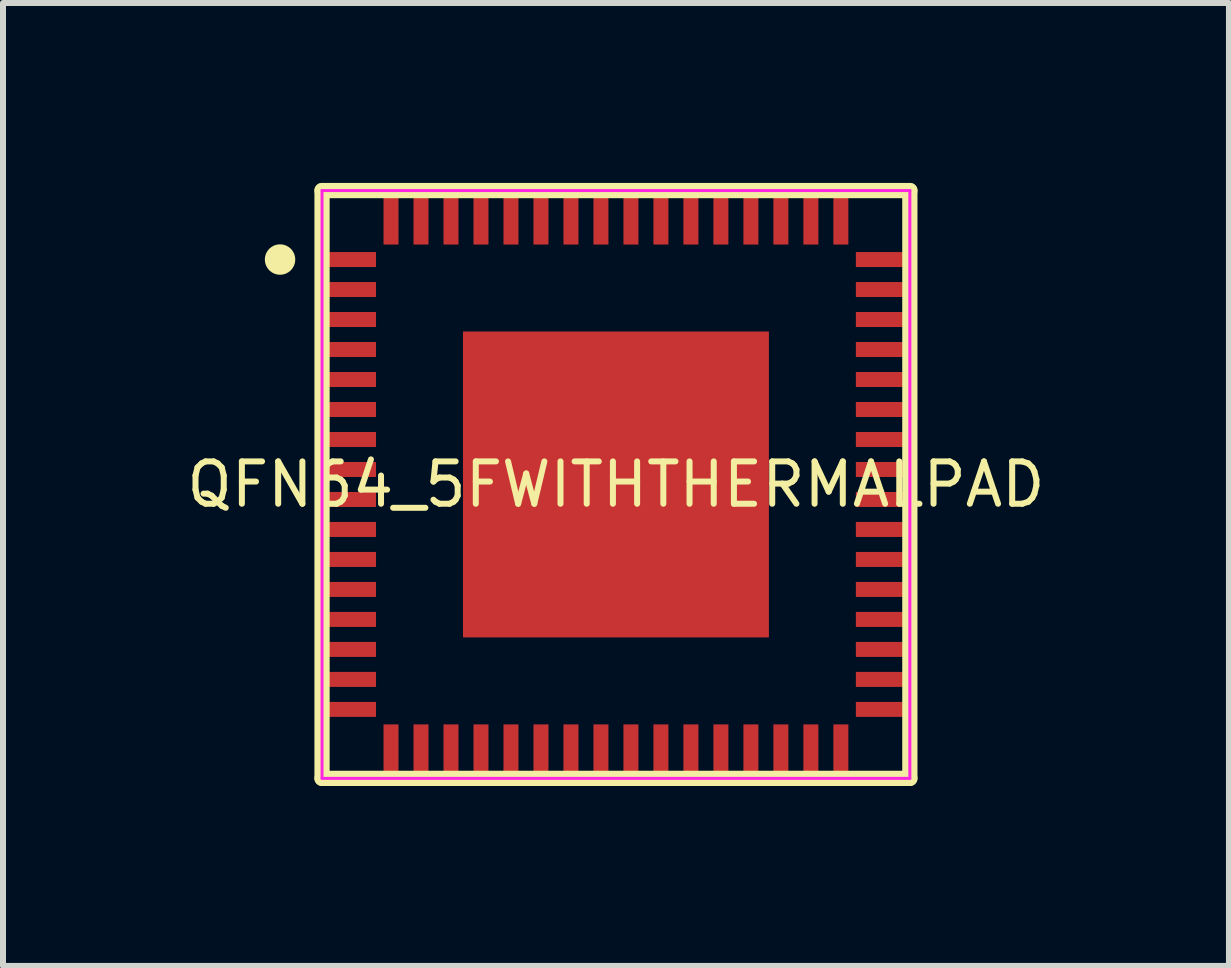
<source format=kicad_pcb>
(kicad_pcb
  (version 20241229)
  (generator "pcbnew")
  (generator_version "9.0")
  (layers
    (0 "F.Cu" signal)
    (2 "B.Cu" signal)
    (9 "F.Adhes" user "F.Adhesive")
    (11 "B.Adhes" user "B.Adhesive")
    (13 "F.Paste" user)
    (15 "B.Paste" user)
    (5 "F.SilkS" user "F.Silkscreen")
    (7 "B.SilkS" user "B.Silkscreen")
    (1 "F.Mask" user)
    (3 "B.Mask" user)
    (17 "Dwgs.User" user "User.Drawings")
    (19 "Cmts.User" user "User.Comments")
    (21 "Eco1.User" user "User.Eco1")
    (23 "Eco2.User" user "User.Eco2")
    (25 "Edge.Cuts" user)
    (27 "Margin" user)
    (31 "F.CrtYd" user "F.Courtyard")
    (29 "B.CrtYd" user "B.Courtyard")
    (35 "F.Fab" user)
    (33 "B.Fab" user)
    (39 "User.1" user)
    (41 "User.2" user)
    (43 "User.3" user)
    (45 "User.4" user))
  (footprint "QFN64_5FWITHTHERMALPAD"
    (layer "F.Cu")
    (at 7.219 5.027)
    (property "Reference" "QFN64_5FWITHTHERMALPAD" (at 0 0 0) (layer "F.SilkS") (effects (font (size 0.706 0.706) (thickness 0.1))))
    (attr through_hole)
    (fp_poly (pts (xy -4.9 -3.875) (xy -4.9 -3.625) (xy -4 -3.625) (xy -4 -3.875)) (stroke (width 0) (type solid)) (fill yes) (layer "F.Mask"))
    (fp_poly (pts (xy -4.9 -3.375) (xy -4.9 -3.125) (xy -4 -3.125) (xy -4 -3.375)) (stroke (width 0) (type solid)) (fill yes) (layer "F.Mask"))
    (fp_poly (pts (xy -4.9 -2.875) (xy -4.9 -2.625) (xy -4 -2.625) (xy -4 -2.875)) (stroke (width 0) (type solid)) (fill yes) (layer "F.Mask"))
    (fp_poly (pts (xy -4.9 -2.375) (xy -4.9 -2.125) (xy -4 -2.125) (xy -4 -2.375)) (stroke (width 0) (type solid)) (fill yes) (layer "F.Mask"))
    (fp_poly (pts (xy -4.9 -1.875) (xy -4.9 -1.625) (xy -4 -1.625) (xy -4 -1.875)) (stroke (width 0) (type solid)) (fill yes) (layer "F.Mask"))
    (fp_poly (pts (xy -4.9 -1.375) (xy -4.9 -1.125) (xy -4 -1.125) (xy -4 -1.375)) (stroke (width 0) (type solid)) (fill yes) (layer "F.Mask"))
    (fp_poly (pts (xy -4.9 -0.875) (xy -4.9 -0.625) (xy -4 -0.625) (xy -4 -0.875)) (stroke (width 0) (type solid)) (fill yes) (layer "F.Mask"))
    (fp_poly (pts (xy -4.9 -0.375) (xy -4.9 -0.125) (xy -4 -0.125) (xy -4 -0.375)) (stroke (width 0) (type solid)) (fill yes) (layer "F.Mask"))
    (fp_poly (pts (xy -4.9 0.125) (xy -4.9 0.375) (xy -4 0.375) (xy -4 0.125)) (stroke (width 0) (type solid)) (fill yes) (layer "F.Mask"))
    (fp_poly (pts (xy -4.9 0.625) (xy -4.9 0.875) (xy -4 0.875) (xy -4 0.625)) (stroke (width 0) (type solid)) (fill yes) (layer "F.Mask"))
    (fp_poly (pts (xy -4.9 1.125) (xy -4.9 1.375) (xy -4 1.375) (xy -4 1.125)) (stroke (width 0) (type solid)) (fill yes) (layer "F.Mask"))
    (fp_poly (pts (xy -4.9 1.625) (xy -4.9 1.875) (xy -4 1.875) (xy -4 1.625)) (stroke (width 0) (type solid)) (fill yes) (layer "F.Mask"))
    (fp_poly (pts (xy -4.9 2.125) (xy -4.9 2.375) (xy -4 2.375) (xy -4 2.125)) (stroke (width 0) (type solid)) (fill yes) (layer "F.Mask"))
    (fp_poly (pts (xy -4.9 2.625) (xy -4.9 2.875) (xy -4 2.875) (xy -4 2.625)) (stroke (width 0) (type solid)) (fill yes) (layer "F.Mask"))
    (fp_poly (pts (xy -4.9 3.125) (xy -4.9 3.375) (xy -4 3.375) (xy -4 3.125)) (stroke (width 0) (type solid)) (fill yes) (layer "F.Mask"))
    (fp_poly (pts (xy -4.9 3.625) (xy -4.9 3.875) (xy -4 3.875) (xy -4 3.625)) (stroke (width 0) (type solid)) (fill yes) (layer "F.Mask"))
    (fp_poly (pts (xy -3.875 4.9) (xy -3.625 4.9) (xy -3.625 4) (xy -3.875 4)) (stroke (width 0) (type solid)) (fill yes) (layer "F.Mask"))
    (fp_poly (pts (xy -3.625 -4.9) (xy -3.875 -4.9) (xy -3.875 -4) (xy -3.625 -4)) (stroke (width 0) (type solid)) (fill yes) (layer "F.Mask"))
    (fp_poly (pts (xy -3.375 4.9) (xy -3.125 4.9) (xy -3.125 4) (xy -3.375 4)) (stroke (width 0) (type solid)) (fill yes) (layer "F.Mask"))
    (fp_poly (pts (xy -3.125 -4.9) (xy -3.375 -4.9) (xy -3.375 -4) (xy -3.125 -4)) (stroke (width 0) (type solid)) (fill yes) (layer "F.Mask"))
    (fp_poly (pts (xy -2.875 4.9) (xy -2.625 4.9) (xy -2.625 4) (xy -2.875 4)) (stroke (width 0) (type solid)) (fill yes) (layer "F.Mask"))
    (fp_poly (pts (xy -2.625 -4.9) (xy -2.875 -4.9) (xy -2.875 -4) (xy -2.625 -4)) (stroke (width 0) (type solid)) (fill yes) (layer "F.Mask"))
    (fp_poly (pts (xy -2.55 2.55) (xy 2.55 2.55) (xy 2.55 -2.55) (xy -2.55 -2.55)) (stroke (width 0) (type solid)) (fill yes) (layer "F.Mask"))
    (fp_poly (pts (xy -2.375 4.9) (xy -2.125 4.9) (xy -2.125 4) (xy -2.375 4)) (stroke (width 0) (type solid)) (fill yes) (layer "F.Mask"))
    (fp_poly (pts (xy -2.125 -4.9) (xy -2.375 -4.9) (xy -2.375 -4) (xy -2.125 -4)) (stroke (width 0) (type solid)) (fill yes) (layer "F.Mask"))
    (fp_poly (pts (xy -1.875 4.9) (xy -1.625 4.9) (xy -1.625 4) (xy -1.875 4)) (stroke (width 0) (type solid)) (fill yes) (layer "F.Mask"))
    (fp_poly (pts (xy -1.625 -4.9) (xy -1.875 -4.9) (xy -1.875 -4) (xy -1.625 -4)) (stroke (width 0) (type solid)) (fill yes) (layer "F.Mask"))
    (fp_poly (pts (xy -1.375 4.9) (xy -1.125 4.9) (xy -1.125 4) (xy -1.375 4)) (stroke (width 0) (type solid)) (fill yes) (layer "F.Mask"))
    (fp_poly (pts (xy -1.125 -4.9) (xy -1.375 -4.9) (xy -1.375 -4) (xy -1.125 -4)) (stroke (width 0) (type solid)) (fill yes) (layer "F.Mask"))
    (fp_poly (pts (xy -0.875 4.9) (xy -0.625 4.9) (xy -0.625 4) (xy -0.875 4)) (stroke (width 0) (type solid)) (fill yes) (layer "F.Mask"))
    (fp_poly (pts (xy -0.625 -4.9) (xy -0.875 -4.9) (xy -0.875 -4) (xy -0.625 -4)) (stroke (width 0) (type solid)) (fill yes) (layer "F.Mask"))
    (fp_poly (pts (xy -0.375 4.9) (xy -0.125 4.9) (xy -0.125 4) (xy -0.375 4)) (stroke (width 0) (type solid)) (fill yes) (layer "F.Mask"))
    (fp_poly (pts (xy -0.125 -4.9) (xy -0.375 -4.9) (xy -0.375 -4) (xy -0.125 -4)) (stroke (width 0) (type solid)) (fill yes) (layer "F.Mask"))
    (fp_poly (pts (xy 0.125 4.9) (xy 0.375 4.9) (xy 0.375 4) (xy 0.125 4)) (stroke (width 0) (type solid)) (fill yes) (layer "F.Mask"))
    (fp_poly (pts (xy 0.375 -4.9) (xy 0.125 -4.9) (xy 0.125 -4) (xy 0.375 -4)) (stroke (width 0) (type solid)) (fill yes) (layer "F.Mask"))
    (fp_poly (pts (xy 0.625 4.9) (xy 0.875 4.9) (xy 0.875 4) (xy 0.625 4)) (stroke (width 0) (type solid)) (fill yes) (layer "F.Mask"))
    (fp_poly (pts (xy 0.875 -4.9) (xy 0.625 -4.9) (xy 0.625 -4) (xy 0.875 -4)) (stroke (width 0) (type solid)) (fill yes) (layer "F.Mask"))
    (fp_poly (pts (xy 1.125 4.9) (xy 1.375 4.9) (xy 1.375 4) (xy 1.125 4)) (stroke (width 0) (type solid)) (fill yes) (layer "F.Mask"))
    (fp_poly (pts (xy 1.375 -4.9) (xy 1.125 -4.9) (xy 1.125 -4) (xy 1.375 -4)) (stroke (width 0) (type solid)) (fill yes) (layer "F.Mask"))
    (fp_poly (pts (xy 1.625 4.9) (xy 1.875 4.9) (xy 1.875 4) (xy 1.625 4)) (stroke (width 0) (type solid)) (fill yes) (layer "F.Mask"))
    (fp_poly (pts (xy 1.875 -4.9) (xy 1.625 -4.9) (xy 1.625 -4) (xy 1.875 -4)) (stroke (width 0) (type solid)) (fill yes) (layer "F.Mask"))
    (fp_poly (pts (xy 2.125 4.9) (xy 2.375 4.9) (xy 2.375 4) (xy 2.125 4)) (stroke (width 0) (type solid)) (fill yes) (layer "F.Mask"))
    (fp_poly (pts (xy 2.375 -4.9) (xy 2.125 -4.9) (xy 2.125 -4) (xy 2.375 -4)) (stroke (width 0) (type solid)) (fill yes) (layer "F.Mask"))
    (fp_poly (pts (xy 2.625 4.9) (xy 2.875 4.9) (xy 2.875 4) (xy 2.625 4)) (stroke (width 0) (type solid)) (fill yes) (layer "F.Mask"))
    (fp_poly (pts (xy 2.875 -4.9) (xy 2.625 -4.9) (xy 2.625 -4) (xy 2.875 -4)) (stroke (width 0) (type solid)) (fill yes) (layer "F.Mask"))
    (fp_poly (pts (xy 3.125 4.9) (xy 3.375 4.9) (xy 3.375 4) (xy 3.125 4)) (stroke (width 0) (type solid)) (fill yes) (layer "F.Mask"))
    (fp_poly (pts (xy 3.375 -4.9) (xy 3.125 -4.9) (xy 3.125 -4) (xy 3.375 -4)) (stroke (width 0) (type solid)) (fill yes) (layer "F.Mask"))
    (fp_poly (pts (xy 3.625 4.9) (xy 3.875 4.9) (xy 3.875 4) (xy 3.625 4)) (stroke (width 0) (type solid)) (fill yes) (layer "F.Mask"))
    (fp_poly (pts (xy 3.875 -4.9) (xy 3.625 -4.9) (xy 3.625 -4) (xy 3.875 -4)) (stroke (width 0) (type solid)) (fill yes) (layer "F.Mask"))
    (fp_poly (pts (xy 4.9 -3.625) (xy 4.9 -3.875) (xy 4 -3.875) (xy 4 -3.625)) (stroke (width 0) (type solid)) (fill yes) (layer "F.Mask"))
    (fp_poly (pts (xy 4.9 -3.125) (xy 4.9 -3.375) (xy 4 -3.375) (xy 4 -3.125)) (stroke (width 0) (type solid)) (fill yes) (layer "F.Mask"))
    (fp_poly (pts (xy 4.9 -2.625) (xy 4.9 -2.875) (xy 4 -2.875) (xy 4 -2.625)) (stroke (width 0) (type solid)) (fill yes) (layer "F.Mask"))
    (fp_poly (pts (xy 4.9 -2.125) (xy 4.9 -2.375) (xy 4 -2.375) (xy 4 -2.125)) (stroke (width 0) (type solid)) (fill yes) (layer "F.Mask"))
    (fp_poly (pts (xy 4.9 -1.625) (xy 4.9 -1.875) (xy 4 -1.875) (xy 4 -1.625)) (stroke (width 0) (type solid)) (fill yes) (layer "F.Mask"))
    (fp_poly (pts (xy 4.9 -1.125) (xy 4.9 -1.375) (xy 4 -1.375) (xy 4 -1.125)) (stroke (width 0) (type solid)) (fill yes) (layer "F.Mask"))
    (fp_poly (pts (xy 4.9 -0.625) (xy 4.9 -0.875) (xy 4 -0.875) (xy 4 -0.625)) (stroke (width 0) (type solid)) (fill yes) (layer "F.Mask"))
    (fp_poly (pts (xy 4.9 -0.125) (xy 4.9 -0.375) (xy 4 -0.375) (xy 4 -0.125)) (stroke (width 0) (type solid)) (fill yes) (layer "F.Mask"))
    (fp_poly (pts (xy 4.9 0.375) (xy 4.9 0.125) (xy 4 0.125) (xy 4 0.375)) (stroke (width 0) (type solid)) (fill yes) (layer "F.Mask"))
    (fp_poly (pts (xy 4.9 0.875) (xy 4.9 0.625) (xy 4 0.625) (xy 4 0.875)) (stroke (width 0) (type solid)) (fill yes) (layer "F.Mask"))
    (fp_poly (pts (xy 4.9 1.375) (xy 4.9 1.125) (xy 4 1.125) (xy 4 1.375)) (stroke (width 0) (type solid)) (fill yes) (layer "F.Mask"))
    (fp_poly (pts (xy 4.9 1.875) (xy 4.9 1.625) (xy 4 1.625) (xy 4 1.875)) (stroke (width 0) (type solid)) (fill yes) (layer "F.Mask"))
    (fp_poly (pts (xy 4.9 2.375) (xy 4.9 2.125) (xy 4 2.125) (xy 4 2.375)) (stroke (width 0) (type solid)) (fill yes) (layer "F.Mask"))
    (fp_poly (pts (xy 4.9 2.875) (xy 4.9 2.625) (xy 4 2.625) (xy 4 2.875)) (stroke (width 0) (type solid)) (fill yes) (layer "F.Mask"))
    (fp_poly (pts (xy 4.9 3.375) (xy 4.9 3.125) (xy 4 3.125) (xy 4 3.375)) (stroke (width 0) (type solid)) (fill yes) (layer "F.Mask"))
    (fp_poly (pts (xy 4.9 3.875) (xy 4.9 3.625) (xy 4 3.625) (xy 4 3.875)) (stroke (width 0) (type solid)) (fill yes) (layer "F.Mask"))
    (fp_line (start -4.9 -4.9) (end -4.9 4.9) (stroke (width 0.254) (type solid)) (layer "F.SilkS"))
    (fp_line (start -4.9 4.9) (end 4.9 4.9) (stroke (width 0.254) (type solid)) (layer "F.SilkS"))
    (fp_line (start 4.9 -4.9) (end -4.9 -4.9) (stroke (width 0.254) (type solid)) (layer "F.SilkS"))
    (fp_line (start 4.9 4.9) (end 4.9 -4.9) (stroke (width 0.254) (type solid)) (layer "F.SilkS"))
    (fp_poly (pts (xy -5.346 -3.75) (xy -5.351 -3.8) (xy -5.365 -3.847) (xy -5.389 -3.891) (xy -5.42 -3.93) (xy -5.459 -3.961) (xy -5.503 -3.985) (xy -5.55 -3.999) (xy -5.6 -4.004) (xy -5.65 -3.999) (xy -5.697 -3.985) (xy -5.741 -3.961) (xy -5.78 -3.93) (xy -5.811 -3.891) (xy -5.835 -3.847) (xy -5.849 -3.8) (xy -5.854 -3.75) (xy -5.849 -3.7) (xy -5.835 -3.653) (xy -5.811 -3.609) (xy -5.78 -3.57) (xy -5.741 -3.539) (xy -5.697 -3.515) (xy -5.65 -3.501) (xy -5.6 -3.496) (xy -5.55 -3.501) (xy -5.503 -3.515) (xy -5.459 -3.539) (xy -5.42 -3.57) (xy -5.389 -3.609) (xy -5.365 -3.653) (xy -5.351 -3.7)) (stroke (width 0) (type solid)) (fill yes) (layer "F.SilkS"))
    (fp_poly (pts (xy -4.9 -3.875) (xy -4.9 -3.625) (xy -4 -3.625) (xy -4 -3.875)) (stroke (width 0) (type solid)) (fill yes) (layer "F.Paste"))
    (fp_poly (pts (xy -4.9 -3.375) (xy -4.9 -3.125) (xy -4 -3.125) (xy -4 -3.375)) (stroke (width 0) (type solid)) (fill yes) (layer "F.Paste"))
    (fp_poly (pts (xy -4.9 -2.875) (xy -4.9 -2.625) (xy -4 -2.625) (xy -4 -2.875)) (stroke (width 0) (type solid)) (fill yes) (layer "F.Paste"))
    (fp_poly (pts (xy -4.9 -2.375) (xy -4.9 -2.125) (xy -4 -2.125) (xy -4 -2.375)) (stroke (width 0) (type solid)) (fill yes) (layer "F.Paste"))
    (fp_poly (pts (xy -4.9 -1.875) (xy -4.9 -1.625) (xy -4 -1.625) (xy -4 -1.875)) (stroke (width 0) (type solid)) (fill yes) (layer "F.Paste"))
    (fp_poly (pts (xy -4.9 -1.375) (xy -4.9 -1.125) (xy -4 -1.125) (xy -4 -1.375)) (stroke (width 0) (type solid)) (fill yes) (layer "F.Paste"))
    (fp_poly (pts (xy -4.9 -0.875) (xy -4.9 -0.625) (xy -4 -0.625) (xy -4 -0.875)) (stroke (width 0) (type solid)) (fill yes) (layer "F.Paste"))
    (fp_poly (pts (xy -4.9 -0.375) (xy -4.9 -0.125) (xy -4 -0.125) (xy -4 -0.375)) (stroke (width 0) (type solid)) (fill yes) (layer "F.Paste"))
    (fp_poly (pts (xy -4.9 0.125) (xy -4.9 0.375) (xy -4 0.375) (xy -4 0.125)) (stroke (width 0) (type solid)) (fill yes) (layer "F.Paste"))
    (fp_poly (pts (xy -4.9 0.625) (xy -4.9 0.875) (xy -4 0.875) (xy -4 0.625)) (stroke (width 0) (type solid)) (fill yes) (layer "F.Paste"))
    (fp_poly (pts (xy -4.9 1.125) (xy -4.9 1.375) (xy -4 1.375) (xy -4 1.125)) (stroke (width 0) (type solid)) (fill yes) (layer "F.Paste"))
    (fp_poly (pts (xy -4.9 1.625) (xy -4.9 1.875) (xy -4 1.875) (xy -4 1.625)) (stroke (width 0) (type solid)) (fill yes) (layer "F.Paste"))
    (fp_poly (pts (xy -4.9 2.125) (xy -4.9 2.375) (xy -4 2.375) (xy -4 2.125)) (stroke (width 0) (type solid)) (fill yes) (layer "F.Paste"))
    (fp_poly (pts (xy -4.9 2.625) (xy -4.9 2.875) (xy -4 2.875) (xy -4 2.625)) (stroke (width 0) (type solid)) (fill yes) (layer "F.Paste"))
    (fp_poly (pts (xy -4.9 3.125) (xy -4.9 3.375) (xy -4 3.375) (xy -4 3.125)) (stroke (width 0) (type solid)) (fill yes) (layer "F.Paste"))
    (fp_poly (pts (xy -4.9 3.625) (xy -4.9 3.875) (xy -4 3.875) (xy -4 3.625)) (stroke (width 0) (type solid)) (fill yes) (layer "F.Paste"))
    (fp_poly (pts (xy -3.875 4.9) (xy -3.625 4.9) (xy -3.625 4) (xy -3.875 4)) (stroke (width 0) (type solid)) (fill yes) (layer "F.Paste"))
    (fp_poly (pts (xy -3.625 -4.9) (xy -3.875 -4.9) (xy -3.875 -4) (xy -3.625 -4)) (stroke (width 0) (type solid)) (fill yes) (layer "F.Paste"))
    (fp_poly (pts (xy -3.375 4.9) (xy -3.125 4.9) (xy -3.125 4) (xy -3.375 4)) (stroke (width 0) (type solid)) (fill yes) (layer "F.Paste"))
    (fp_poly (pts (xy -3.125 -4.9) (xy -3.375 -4.9) (xy -3.375 -4) (xy -3.125 -4)) (stroke (width 0) (type solid)) (fill yes) (layer "F.Paste"))
    (fp_poly (pts (xy -2.875 4.9) (xy -2.625 4.9) (xy -2.625 4) (xy -2.875 4)) (stroke (width 0) (type solid)) (fill yes) (layer "F.Paste"))
    (fp_poly (pts (xy -2.625 -4.9) (xy -2.875 -4.9) (xy -2.875 -4) (xy -2.625 -4)) (stroke (width 0) (type solid)) (fill yes) (layer "F.Paste"))
    (fp_poly (pts (xy -2.55 2.55) (xy 2.55 2.55) (xy 2.55 -2.55) (xy -2.55 -2.55)) (stroke (width 0) (type solid)) (fill yes) (layer "F.Paste"))
    (fp_poly (pts (xy -2.375 4.9) (xy -2.125 4.9) (xy -2.125 4) (xy -2.375 4)) (stroke (width 0) (type solid)) (fill yes) (layer "F.Paste"))
    (fp_poly (pts (xy -2.125 -4.9) (xy -2.375 -4.9) (xy -2.375 -4) (xy -2.125 -4)) (stroke (width 0) (type solid)) (fill yes) (layer "F.Paste"))
    (fp_poly (pts (xy -1.875 4.9) (xy -1.625 4.9) (xy -1.625 4) (xy -1.875 4)) (stroke (width 0) (type solid)) (fill yes) (layer "F.Paste"))
    (fp_poly (pts (xy -1.625 -4.9) (xy -1.875 -4.9) (xy -1.875 -4) (xy -1.625 -4)) (stroke (width 0) (type solid)) (fill yes) (layer "F.Paste"))
    (fp_poly (pts (xy -1.375 4.9) (xy -1.125 4.9) (xy -1.125 4) (xy -1.375 4)) (stroke (width 0) (type solid)) (fill yes) (layer "F.Paste"))
    (fp_poly (pts (xy -1.125 -4.9) (xy -1.375 -4.9) (xy -1.375 -4) (xy -1.125 -4)) (stroke (width 0) (type solid)) (fill yes) (layer "F.Paste"))
    (fp_poly (pts (xy -0.875 4.9) (xy -0.625 4.9) (xy -0.625 4) (xy -0.875 4)) (stroke (width 0) (type solid)) (fill yes) (layer "F.Paste"))
    (fp_poly (pts (xy -0.625 -4.9) (xy -0.875 -4.9) (xy -0.875 -4) (xy -0.625 -4)) (stroke (width 0) (type solid)) (fill yes) (layer "F.Paste"))
    (fp_poly (pts (xy -0.375 4.9) (xy -0.125 4.9) (xy -0.125 4) (xy -0.375 4)) (stroke (width 0) (type solid)) (fill yes) (layer "F.Paste"))
    (fp_poly (pts (xy -0.125 -4.9) (xy -0.375 -4.9) (xy -0.375 -4) (xy -0.125 -4)) (stroke (width 0) (type solid)) (fill yes) (layer "F.Paste"))
    (fp_poly (pts (xy 0.125 4.9) (xy 0.375 4.9) (xy 0.375 4) (xy 0.125 4)) (stroke (width 0) (type solid)) (fill yes) (layer "F.Paste"))
    (fp_poly (pts (xy 0.375 -4.9) (xy 0.125 -4.9) (xy 0.125 -4) (xy 0.375 -4)) (stroke (width 0) (type solid)) (fill yes) (layer "F.Paste"))
    (fp_poly (pts (xy 0.625 4.9) (xy 0.875 4.9) (xy 0.875 4) (xy 0.625 4)) (stroke (width 0) (type solid)) (fill yes) (layer "F.Paste"))
    (fp_poly (pts (xy 0.875 -4.9) (xy 0.625 -4.9) (xy 0.625 -4) (xy 0.875 -4)) (stroke (width 0) (type solid)) (fill yes) (layer "F.Paste"))
    (fp_poly (pts (xy 1.125 4.9) (xy 1.375 4.9) (xy 1.375 4) (xy 1.125 4)) (stroke (width 0) (type solid)) (fill yes) (layer "F.Paste"))
    (fp_poly (pts (xy 1.375 -4.9) (xy 1.125 -4.9) (xy 1.125 -4) (xy 1.375 -4)) (stroke (width 0) (type solid)) (fill yes) (layer "F.Paste"))
    (fp_poly (pts (xy 1.625 4.9) (xy 1.875 4.9) (xy 1.875 4) (xy 1.625 4)) (stroke (width 0) (type solid)) (fill yes) (layer "F.Paste"))
    (fp_poly (pts (xy 1.875 -4.9) (xy 1.625 -4.9) (xy 1.625 -4) (xy 1.875 -4)) (stroke (width 0) (type solid)) (fill yes) (layer "F.Paste"))
    (fp_poly (pts (xy 2.125 4.9) (xy 2.375 4.9) (xy 2.375 4) (xy 2.125 4)) (stroke (width 0) (type solid)) (fill yes) (layer "F.Paste"))
    (fp_poly (pts (xy 2.375 -4.9) (xy 2.125 -4.9) (xy 2.125 -4) (xy 2.375 -4)) (stroke (width 0) (type solid)) (fill yes) (layer "F.Paste"))
    (fp_poly (pts (xy 2.625 4.9) (xy 2.875 4.9) (xy 2.875 4) (xy 2.625 4)) (stroke (width 0) (type solid)) (fill yes) (layer "F.Paste"))
    (fp_poly (pts (xy 2.875 -4.9) (xy 2.625 -4.9) (xy 2.625 -4) (xy 2.875 -4)) (stroke (width 0) (type solid)) (fill yes) (layer "F.Paste"))
    (fp_poly (pts (xy 3.125 4.9) (xy 3.375 4.9) (xy 3.375 4) (xy 3.125 4)) (stroke (width 0) (type solid)) (fill yes) (layer "F.Paste"))
    (fp_poly (pts (xy 3.375 -4.9) (xy 3.125 -4.9) (xy 3.125 -4) (xy 3.375 -4)) (stroke (width 0) (type solid)) (fill yes) (layer "F.Paste"))
    (fp_poly (pts (xy 3.625 4.9) (xy 3.875 4.9) (xy 3.875 4) (xy 3.625 4)) (stroke (width 0) (type solid)) (fill yes) (layer "F.Paste"))
    (fp_poly (pts (xy 3.875 -4.9) (xy 3.625 -4.9) (xy 3.625 -4) (xy 3.875 -4)) (stroke (width 0) (type solid)) (fill yes) (layer "F.Paste"))
    (fp_poly (pts (xy 4.9 -3.625) (xy 4.9 -3.875) (xy 4 -3.875) (xy 4 -3.625)) (stroke (width 0) (type solid)) (fill yes) (layer "F.Paste"))
    (fp_poly (pts (xy 4.9 -3.125) (xy 4.9 -3.375) (xy 4 -3.375) (xy 4 -3.125)) (stroke (width 0) (type solid)) (fill yes) (layer "F.Paste"))
    (fp_poly (pts (xy 4.9 -2.625) (xy 4.9 -2.875) (xy 4 -2.875) (xy 4 -2.625)) (stroke (width 0) (type solid)) (fill yes) (layer "F.Paste"))
    (fp_poly (pts (xy 4.9 -2.125) (xy 4.9 -2.375) (xy 4 -2.375) (xy 4 -2.125)) (stroke (width 0) (type solid)) (fill yes) (layer "F.Paste"))
    (fp_poly (pts (xy 4.9 -1.625) (xy 4.9 -1.875) (xy 4 -1.875) (xy 4 -1.625)) (stroke (width 0) (type solid)) (fill yes) (layer "F.Paste"))
    (fp_poly (pts (xy 4.9 -1.125) (xy 4.9 -1.375) (xy 4 -1.375) (xy 4 -1.125)) (stroke (width 0) (type solid)) (fill yes) (layer "F.Paste"))
    (fp_poly (pts (xy 4.9 -0.625) (xy 4.9 -0.875) (xy 4 -0.875) (xy 4 -0.625)) (stroke (width 0) (type solid)) (fill yes) (layer "F.Paste"))
    (fp_poly (pts (xy 4.9 -0.125) (xy 4.9 -0.375) (xy 4 -0.375) (xy 4 -0.125)) (stroke (width 0) (type solid)) (fill yes) (layer "F.Paste"))
    (fp_poly (pts (xy 4.9 0.375) (xy 4.9 0.125) (xy 4 0.125) (xy 4 0.375)) (stroke (width 0) (type solid)) (fill yes) (layer "F.Paste"))
    (fp_poly (pts (xy 4.9 0.875) (xy 4.9 0.625) (xy 4 0.625) (xy 4 0.875)) (stroke (width 0) (type solid)) (fill yes) (layer "F.Paste"))
    (fp_poly (pts (xy 4.9 1.375) (xy 4.9 1.125) (xy 4 1.125) (xy 4 1.375)) (stroke (width 0) (type solid)) (fill yes) (layer "F.Paste"))
    (fp_poly (pts (xy 4.9 1.875) (xy 4.9 1.625) (xy 4 1.625) (xy 4 1.875)) (stroke (width 0) (type solid)) (fill yes) (layer "F.Paste"))
    (fp_poly (pts (xy 4.9 2.375) (xy 4.9 2.125) (xy 4 2.125) (xy 4 2.375)) (stroke (width 0) (type solid)) (fill yes) (layer "F.Paste"))
    (fp_poly (pts (xy 4.9 2.875) (xy 4.9 2.625) (xy 4 2.625) (xy 4 2.875)) (stroke (width 0) (type solid)) (fill yes) (layer "F.Paste"))
    (fp_poly (pts (xy 4.9 3.375) (xy 4.9 3.125) (xy 4 3.125) (xy 4 3.375)) (stroke (width 0) (type solid)) (fill yes) (layer "F.Paste"))
    (fp_poly (pts (xy 4.9 3.875) (xy 4.9 3.625) (xy 4 3.625) (xy 4 3.875)) (stroke (width 0) (type solid)) (fill yes) (layer "F.Paste"))
    (fp_line (start -4.9 -4.9) (end -4.9 4.9) (stroke (width 0.05) (type solid)) (layer "F.CrtYd"))
    (fp_line (start -4.9 4.9) (end 4.9 4.9) (stroke (width 0.05) (type solid)) (layer "F.CrtYd"))
    (fp_line (start 4.9 -4.9) (end -4.9 -4.9) (stroke (width 0.05) (type solid)) (layer "F.CrtYd"))
    (fp_line (start 4.9 4.9) (end 4.9 -4.9) (stroke (width 0.05) (type solid)) (layer "F.CrtYd"))
    (pad "1" smd rect (at -4.45 -3.75 270) (size 0.25 0.9) (layers "F.Cu"))
    (pad "2" smd rect (at -4.45 -3.25 270) (size 0.25 0.9) (layers "F.Cu"))
    (pad "3" smd rect (at -4.45 -2.75 270) (size 0.25 0.9) (layers "F.Cu"))
    (pad "4" smd rect (at -4.45 -2.25 270) (size 0.25 0.9) (layers "F.Cu"))
    (pad "5" smd rect (at -4.45 -1.75 270) (size 0.25 0.9) (layers "F.Cu"))
    (pad "6" smd rect (at -4.45 -1.25 270) (size 0.25 0.9) (layers "F.Cu"))
    (pad "7" smd rect (at -4.45 -0.75 270) (size 0.25 0.9) (layers "F.Cu"))
    (pad "8" smd rect (at -4.45 -0.25 270) (size 0.25 0.9) (layers "F.Cu"))
    (pad "9" smd rect (at -4.45 0.25 270) (size 0.25 0.9) (layers "F.Cu"))
    (pad "10" smd rect (at -4.45 0.75 270) (size 0.25 0.9) (layers "F.Cu"))
    (pad "11" smd rect (at -4.45 1.25 270) (size 0.25 0.9) (layers "F.Cu"))
    (pad "12" smd rect (at -4.45 1.75 270) (size 0.25 0.9) (layers "F.Cu"))
    (pad "13" smd rect (at -4.45 2.25 270) (size 0.25 0.9) (layers "F.Cu"))
    (pad "14" smd rect (at -4.45 2.75 270) (size 0.25 0.9) (layers "F.Cu"))
    (pad "15" smd rect (at -4.45 3.25 270) (size 0.25 0.9) (layers "F.Cu"))
    (pad "16" smd rect (at -4.45 3.75 270) (size 0.25 0.9) (layers "F.Cu"))
    (pad "17" smd rect (at -3.75 4.45) (size 0.25 0.9) (layers "F.Cu"))
    (pad "18" smd rect (at -3.25 4.45) (size 0.25 0.9) (layers "F.Cu"))
    (pad "19" smd rect (at -2.75 4.45) (size 0.25 0.9) (layers "F.Cu"))
    (pad "20" smd rect (at -2.25 4.45) (size 0.25 0.9) (layers "F.Cu"))
    (pad "21" smd rect (at -1.75 4.45) (size 0.25 0.9) (layers "F.Cu"))
    (pad "22" smd rect (at -1.25 4.45) (size 0.25 0.9) (layers "F.Cu"))
    (pad "23" smd rect (at -0.75 4.45) (size 0.25 0.9) (layers "F.Cu"))
    (pad "24" smd rect (at -0.25 4.45) (size 0.25 0.9) (layers "F.Cu"))
    (pad "25" smd rect (at 0.25 4.45) (size 0.25 0.9) (layers "F.Cu"))
    (pad "26" smd rect (at 0.75 4.45) (size 0.25 0.9) (layers "F.Cu"))
    (pad "27" smd rect (at 1.25 4.45) (size 0.25 0.9) (layers "F.Cu"))
    (pad "28" smd rect (at 1.75 4.45) (size 0.25 0.9) (layers "F.Cu"))
    (pad "29" smd rect (at 2.25 4.45) (size 0.25 0.9) (layers "F.Cu"))
    (pad "30" smd rect (at 2.75 4.45) (size 0.25 0.9) (layers "F.Cu"))
    (pad "31" smd rect (at 3.25 4.45) (size 0.25 0.9) (layers "F.Cu"))
    (pad "32" smd rect (at 3.75 4.45) (size 0.25 0.9) (layers "F.Cu"))
    (pad "33" smd rect (at 4.45 3.75 90) (size 0.25 0.9) (layers "F.Cu"))
    (pad "34" smd rect (at 4.45 3.25 90) (size 0.25 0.9) (layers "F.Cu"))
    (pad "35" smd rect (at 4.45 2.75 90) (size 0.25 0.9) (layers "F.Cu"))
    (pad "36" smd rect (at 4.45 2.25 90) (size 0.25 0.9) (layers "F.Cu"))
    (pad "37" smd rect (at 4.45 1.75 90) (size 0.25 0.9) (layers "F.Cu"))
    (pad "38" smd rect (at 4.45 1.25 90) (size 0.25 0.9) (layers "F.Cu"))
    (pad "39" smd rect (at 4.45 0.75 90) (size 0.25 0.9) (layers "F.Cu"))
    (pad "40" smd rect (at 4.45 0.25 90) (size 0.25 0.9) (layers "F.Cu"))
    (pad "41" smd rect (at 4.45 -0.25 90) (size 0.25 0.9) (layers "F.Cu"))
    (pad "42" smd rect (at 4.45 -0.75 90) (size 0.25 0.9) (layers "F.Cu"))
    (pad "43" smd rect (at 4.45 -1.25 90) (size 0.25 0.9) (layers "F.Cu"))
    (pad "44" smd rect (at 4.45 -1.75 90) (size 0.25 0.9) (layers "F.Cu"))
    (pad "45" smd rect (at 4.45 -2.25 90) (size 0.25 0.9) (layers "F.Cu"))
    (pad "46" smd rect (at 4.45 -2.75 90) (size 0.25 0.9) (layers "F.Cu"))
    (pad "47" smd rect (at 4.45 -3.25 90) (size 0.25 0.9) (layers "F.Cu"))
    (pad "48" smd rect (at 4.45 -3.75 90) (size 0.25 0.9) (layers "F.Cu"))
    (pad "49" smd rect (at 3.75 -4.45 180) (size 0.25 0.9) (layers "F.Cu"))
    (pad "50" smd rect (at 3.25 -4.45 180) (size 0.25 0.9) (layers "F.Cu"))
    (pad "51" smd rect (at 2.75 -4.45 180) (size 0.25 0.9) (layers "F.Cu"))
    (pad "52" smd rect (at 2.25 -4.45 180) (size 0.25 0.9) (layers "F.Cu"))
    (pad "53" smd rect (at 1.75 -4.45 180) (size 0.25 0.9) (layers "F.Cu"))
    (pad "54" smd rect (at 1.25 -4.45 180) (size 0.25 0.9) (layers "F.Cu"))
    (pad "55" smd rect (at 0.75 -4.45 180) (size 0.25 0.9) (layers "F.Cu"))
    (pad "56" smd rect (at 0.25 -4.45 180) (size 0.25 0.9) (layers "F.Cu"))
    (pad "57" smd rect (at -0.25 -4.45 180) (size 0.25 0.9) (layers "F.Cu"))
    (pad "58" smd rect (at -0.75 -4.45 180) (size 0.25 0.9) (layers "F.Cu"))
    (pad "59" smd rect (at -1.25 -4.45 180) (size 0.25 0.9) (layers "F.Cu"))
    (pad "60" smd rect (at -1.75 -4.45 180) (size 0.25 0.9) (layers "F.Cu"))
    (pad "61" smd rect (at -2.25 -4.45 180) (size 0.25 0.9) (layers "F.Cu"))
    (pad "62" smd rect (at -2.75 -4.45 180) (size 0.25 0.9) (layers "F.Cu"))
    (pad "63" smd rect (at -3.25 -4.45 180) (size 0.25 0.9) (layers "F.Cu"))
    (pad "64" smd rect (at -3.75 -4.45 180) (size 0.25 0.9) (layers "F.Cu"))
    (pad "65" smd rect (at 0 0) (size 5.1 5.1) (layers "F.Cu")))
  (gr_rect
    (start -3 -3)
    (end 17.439 13.054)
    (stroke (width 0.1) (type default))
    (fill no)
    (layer "Edge.Cuts")))
</source>
